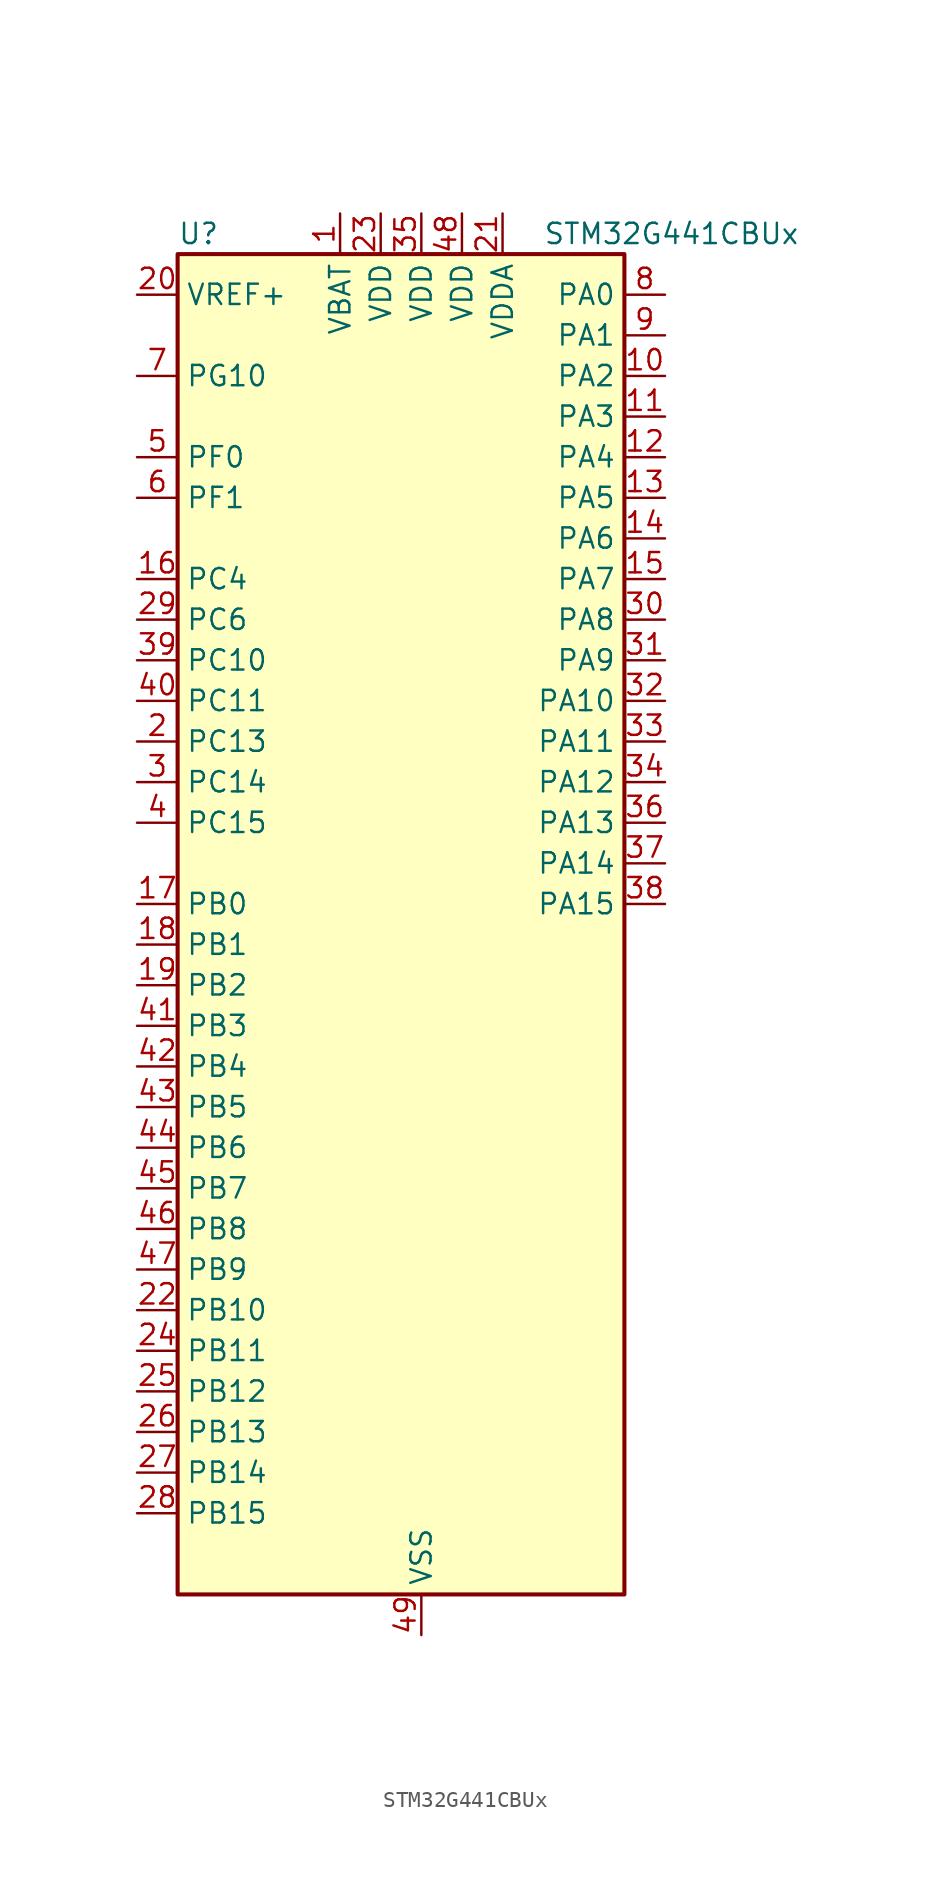
<source format=kicad_sym>
(kicad_symbol_lib
  (version 20220914)
  (generator kicad_symbol_editor)
  (symbol "STM32G441CBUx"
    (property "Reference" "U"
      (at -12.7 44.45 0)
      (effects (font (size 1.27 1.27)) (justify left)))
    (property "Value" "STM32G441CBUx"
      (at 10.16 44.45 0)
      (effects (font (size 1.27 1.27)) (justify left)))
    (property "ki_locked" ""
      (at 0 0 0)
      (effects (font (size 1.27 1.27))))
    (symbol "STM32G441CBUx_0_1"
      (rectangle (start -12.7 -40.64) (end 15.24 43.18) (stroke (width 0.254) (type default)) (fill (type background))))
    (symbol "STM32G441CBUx_1_1"
      (pin power_in line (at -2.54 45.72 270) (length 2.54) (name "VBAT" (effects (font (size 1.27 1.27)))) (number "1" (effects (font (size 1.27 1.27)))))
      (pin bidirectional line (at 17.78 35.56 180) (length 2.54) (name "PA2" (effects (font (size 1.27 1.27)))) (number "10" (effects (font (size 1.27 1.27)))) (alternate "ADC1_IN3" bidirectional line) (alternate "COMP2_INM" bidirectional line) (alternate "COMP2_OUT" bidirectional line) (alternate "LPUART1_TX" bidirectional line) (alternate "OPAMP1_VOUT" bidirectional line) (alternate "RCC_LSCO" bidirectional line) (alternate "SYS_WKUP4" bidirectional line) (alternate "TIM15_CH1" bidirectional line) (alternate "TIM2_CH3" bidirectional line) (alternate "UCPD1_FRSTX1" bidirectional line) (alternate "UCPD1_FRSTX2" bidirectional line) (alternate "USART2_TX" bidirectional line))
      (pin bidirectional line (at 17.78 33.02 180) (length 2.54) (name "PA3" (effects (font (size 1.27 1.27)))) (number "11" (effects (font (size 1.27 1.27)))) (alternate "ADC1_IN4" bidirectional line) (alternate "COMP2_INP" bidirectional line) (alternate "LPUART1_RX" bidirectional line) (alternate "OPAMP1_VINM" bidirectional line) (alternate "OPAMP1_VINM0" bidirectional line) (alternate "OPAMP1_VINM_SEC" bidirectional line) (alternate "OPAMP1_VINP" bidirectional line) (alternate "OPAMP1_VINP_SEC" bidirectional line) (alternate "SAI1_CK1" bidirectional line) (alternate "SAI1_MCLK_A" bidirectional line) (alternate "TIM15_CH2" bidirectional line) (alternate "TIM2_CH4" bidirectional line) (alternate "USART2_RX" bidirectional line))
      (pin bidirectional line (at 17.78 30.48 180) (length 2.54) (name "PA4" (effects (font (size 1.27 1.27)))) (number "12" (effects (font (size 1.27 1.27)))) (alternate "ADC2_IN17" bidirectional line) (alternate "COMP1_INM" bidirectional line) (alternate "DAC1_OUT1" bidirectional line) (alternate "I2S3_WS" bidirectional line) (alternate "SAI1_FS_B" bidirectional line) (alternate "SPI1_NSS" bidirectional line) (alternate "SPI3_NSS" bidirectional line) (alternate "TIM3_CH2" bidirectional line) (alternate "USART2_CK" bidirectional line))
      (pin bidirectional line (at 17.78 27.94 180) (length 2.54) (name "PA5" (effects (font (size 1.27 1.27)))) (number "13" (effects (font (size 1.27 1.27)))) (alternate "ADC2_IN13" bidirectional line) (alternate "COMP2_INM" bidirectional line) (alternate "DAC1_OUT2" bidirectional line) (alternate "OPAMP2_VINM" bidirectional line) (alternate "OPAMP2_VINM0" bidirectional line) (alternate "OPAMP2_VINM_SEC" bidirectional line) (alternate "SPI1_SCK" bidirectional line) (alternate "TIM2_CH1" bidirectional line) (alternate "TIM2_ETR" bidirectional line) (alternate "UCPD1_FRSTX1" bidirectional line) (alternate "UCPD1_FRSTX2" bidirectional line))
      (pin bidirectional line (at 17.78 25.4 180) (length 2.54) (name "PA6" (effects (font (size 1.27 1.27)))) (number "14" (effects (font (size 1.27 1.27)))) (alternate "ADC2_IN3" bidirectional line) (alternate "COMP1_OUT" bidirectional line) (alternate "LPUART1_CTS" bidirectional line) (alternate "OPAMP2_VOUT" bidirectional line) (alternate "SPI1_MISO" bidirectional line) (alternate "TIM16_CH1" bidirectional line) (alternate "TIM1_BKIN" bidirectional line) (alternate "TIM3_CH1" bidirectional line) (alternate "TIM8_BKIN" bidirectional line))
      (pin bidirectional line (at 17.78 22.86 180) (length 2.54) (name "PA7" (effects (font (size 1.27 1.27)))) (number "15" (effects (font (size 1.27 1.27)))) (alternate "ADC2_IN4" bidirectional line) (alternate "COMP2_INP" bidirectional line) (alternate "COMP2_OUT" bidirectional line) (alternate "OPAMP1_VINP" bidirectional line) (alternate "OPAMP1_VINP_SEC" bidirectional line) (alternate "OPAMP2_VINP" bidirectional line) (alternate "OPAMP2_VINP_SEC" bidirectional line) (alternate "SPI1_MOSI" bidirectional line) (alternate "TIM17_CH1" bidirectional line) (alternate "TIM1_CH1N" bidirectional line) (alternate "TIM3_CH2" bidirectional line) (alternate "TIM8_CH1N" bidirectional line) (alternate "UCPD1_FRSTX1" bidirectional line) (alternate "UCPD1_FRSTX2" bidirectional line))
      (pin bidirectional line (at -15.24 22.86 0) (length 2.54) (name "PC4" (effects (font (size 1.27 1.27)))) (number "16" (effects (font (size 1.27 1.27)))) (alternate "ADC2_IN5" bidirectional line) (alternate "I2C2_SCL" bidirectional line) (alternate "TIM1_ETR" bidirectional line) (alternate "USART1_TX" bidirectional line))
      (pin bidirectional line (at -15.24 2.54 0) (length 2.54) (name "PB0" (effects (font (size 1.27 1.27)))) (number "17" (effects (font (size 1.27 1.27)))) (alternate "ADC1_IN15" bidirectional line) (alternate "COMP4_INP" bidirectional line) (alternate "OPAMP2_VINP" bidirectional line) (alternate "OPAMP2_VINP_SEC" bidirectional line) (alternate "OPAMP3_VINP" bidirectional line) (alternate "OPAMP3_VINP_SEC" bidirectional line) (alternate "TIM1_CH2N" bidirectional line) (alternate "TIM3_CH3" bidirectional line) (alternate "TIM8_CH2N" bidirectional line) (alternate "UCPD1_FRSTX1" bidirectional line) (alternate "UCPD1_FRSTX2" bidirectional line))
      (pin bidirectional line (at -15.24 0 0) (length 2.54) (name "PB1" (effects (font (size 1.27 1.27)))) (number "18" (effects (font (size 1.27 1.27)))) (alternate "ADC1_IN12" bidirectional line) (alternate "COMP1_INP" bidirectional line) (alternate "COMP4_OUT" bidirectional line) (alternate "LPUART1_DE" bidirectional line) (alternate "LPUART1_RTS" bidirectional line) (alternate "OPAMP3_VOUT" bidirectional line) (alternate "TIM1_CH3N" bidirectional line) (alternate "TIM3_CH4" bidirectional line) (alternate "TIM8_CH3N" bidirectional line))
      (pin bidirectional line (at -15.24 -2.54 0) (length 2.54) (name "PB2" (effects (font (size 1.27 1.27)))) (number "19" (effects (font (size 1.27 1.27)))) (alternate "ADC2_IN12" bidirectional line) (alternate "COMP4_INM" bidirectional line) (alternate "I2C3_SMBA" bidirectional line) (alternate "LPTIM1_OUT" bidirectional line) (alternate "OPAMP3_VINM" bidirectional line) (alternate "OPAMP3_VINM0" bidirectional line) (alternate "OPAMP3_VINM_SEC" bidirectional line) (alternate "RTC_OUT2" bidirectional line))
      (pin bidirectional line (at -15.24 12.7 0) (length 2.54) (name "PC13" (effects (font (size 1.27 1.27)))) (number "2" (effects (font (size 1.27 1.27)))) (alternate "RTC_OUT1" bidirectional line) (alternate "RTC_TAMP1" bidirectional line) (alternate "RTC_TS" bidirectional line) (alternate "SYS_WKUP2" bidirectional line) (alternate "TIM1_BKIN" bidirectional line) (alternate "TIM1_CH1N" bidirectional line) (alternate "TIM8_CH4N" bidirectional line))
      (pin input line (at -15.24 40.64 0) (length 2.54) (name "VREF+" (effects (font (size 1.27 1.27)))) (number "20" (effects (font (size 1.27 1.27)))) (alternate "VREFBUF_OUT" bidirectional line))
      (pin power_in line (at 7.62 45.72 270) (length 2.54) (name "VDDA" (effects (font (size 1.27 1.27)))) (number "21" (effects (font (size 1.27 1.27)))))
      (pin bidirectional line (at -15.24 -22.86 0) (length 2.54) (name "PB10" (effects (font (size 1.27 1.27)))) (number "22" (effects (font (size 1.27 1.27)))) (alternate "DAC1_EXTI10" bidirectional line) (alternate "DAC3_EXTI10" bidirectional line) (alternate "LPUART1_RX" bidirectional line) (alternate "OPAMP3_VINM" bidirectional line) (alternate "OPAMP3_VINM1" bidirectional line) (alternate "OPAMP3_VINM_SEC" bidirectional line) (alternate "SAI1_SCK_A" bidirectional line) (alternate "TIM1_BKIN" bidirectional line) (alternate "TIM2_CH3" bidirectional line) (alternate "USART3_TX" bidirectional line))
      (pin power_in line (at 0 45.72 270) (length 2.54) (name "VDD" (effects (font (size 1.27 1.27)))) (number "23" (effects (font (size 1.27 1.27)))))
      (pin bidirectional line (at -15.24 -25.4 0) (length 2.54) (name "PB11" (effects (font (size 1.27 1.27)))) (number "24" (effects (font (size 1.27 1.27)))) (alternate "ADC1_EXTI11" bidirectional line) (alternate "ADC1_IN14" bidirectional line) (alternate "ADC2_EXTI11" bidirectional line) (alternate "ADC2_IN14" bidirectional line) (alternate "LPUART1_TX" bidirectional line) (alternate "TIM2_CH4" bidirectional line) (alternate "USART3_RX" bidirectional line))
      (pin bidirectional line (at -15.24 -27.94 0) (length 2.54) (name "PB12" (effects (font (size 1.27 1.27)))) (number "25" (effects (font (size 1.27 1.27)))) (alternate "ADC1_IN11" bidirectional line) (alternate "I2C2_SMBA" bidirectional line) (alternate "I2S2_WS" bidirectional line) (alternate "LPUART1_DE" bidirectional line) (alternate "LPUART1_RTS" bidirectional line) (alternate "SPI2_NSS" bidirectional line) (alternate "TIM1_BKIN" bidirectional line) (alternate "USART3_CK" bidirectional line))
      (pin bidirectional line (at -15.24 -30.48 0) (length 2.54) (name "PB13" (effects (font (size 1.27 1.27)))) (number "26" (effects (font (size 1.27 1.27)))) (alternate "I2S2_CK" bidirectional line) (alternate "LPUART1_CTS" bidirectional line) (alternate "OPAMP3_VINP" bidirectional line) (alternate "OPAMP3_VINP_SEC" bidirectional line) (alternate "SPI2_SCK" bidirectional line) (alternate "TIM1_CH1N" bidirectional line) (alternate "USART3_CTS" bidirectional line) (alternate "USART3_NSS" bidirectional line))
      (pin bidirectional line (at -15.24 -33.02 0) (length 2.54) (name "PB14" (effects (font (size 1.27 1.27)))) (number "27" (effects (font (size 1.27 1.27)))) (alternate "ADC1_IN5" bidirectional line) (alternate "COMP4_OUT" bidirectional line) (alternate "OPAMP2_VINP" bidirectional line) (alternate "OPAMP2_VINP_SEC" bidirectional line) (alternate "SPI2_MISO" bidirectional line) (alternate "TIM15_CH1" bidirectional line) (alternate "TIM1_CH2N" bidirectional line) (alternate "USART3_DE" bidirectional line) (alternate "USART3_RTS" bidirectional line))
      (pin bidirectional line (at -15.24 -35.56 0) (length 2.54) (name "PB15" (effects (font (size 1.27 1.27)))) (number "28" (effects (font (size 1.27 1.27)))) (alternate "ADC1_EXTI15" bidirectional line) (alternate "ADC2_EXTI15" bidirectional line) (alternate "ADC2_IN15" bidirectional line) (alternate "COMP3_OUT" bidirectional line) (alternate "I2S2_SD" bidirectional line) (alternate "RTC_REFIN" bidirectional line) (alternate "SPI2_MOSI" bidirectional line) (alternate "TIM15_CH1N" bidirectional line) (alternate "TIM15_CH2" bidirectional line) (alternate "TIM1_CH3N" bidirectional line))
      (pin bidirectional line (at -15.24 20.32 0) (length 2.54) (name "PC6" (effects (font (size 1.27 1.27)))) (number "29" (effects (font (size 1.27 1.27)))) (alternate "I2S2_MCK" bidirectional line) (alternate "TIM3_CH1" bidirectional line) (alternate "TIM8_CH1" bidirectional line))
      (pin bidirectional line (at -15.24 10.16 0) (length 2.54) (name "PC14" (effects (font (size 1.27 1.27)))) (number "3" (effects (font (size 1.27 1.27)))) (alternate "RCC_OSC32_IN" bidirectional line))
      (pin bidirectional line (at 17.78 20.32 180) (length 2.54) (name "PA8" (effects (font (size 1.27 1.27)))) (number "30" (effects (font (size 1.27 1.27)))) (alternate "I2C2_SDA" bidirectional line) (alternate "I2C3_SCL" bidirectional line) (alternate "I2S2_MCK" bidirectional line) (alternate "RCC_MCO" bidirectional line) (alternate "SAI1_CK2" bidirectional line) (alternate "SAI1_SCK_A" bidirectional line) (alternate "TIM1_CH1" bidirectional line) (alternate "TIM4_ETR" bidirectional line) (alternate "USART1_CK" bidirectional line))
      (pin bidirectional line (at 17.78 17.78 180) (length 2.54) (name "PA9" (effects (font (size 1.27 1.27)))) (number "31" (effects (font (size 1.27 1.27)))) (alternate "DAC1_EXTI9" bidirectional line) (alternate "DAC3_EXTI9" bidirectional line) (alternate "I2C2_SCL" bidirectional line) (alternate "I2C3_SMBA" bidirectional line) (alternate "I2S3_MCK" bidirectional line) (alternate "SAI1_FS_A" bidirectional line) (alternate "TIM15_BKIN" bidirectional line) (alternate "TIM1_CH2" bidirectional line) (alternate "TIM2_CH3" bidirectional line) (alternate "UCPD1_DBCC1" bidirectional line) (alternate "USART1_TX" bidirectional line))
      (pin bidirectional line (at 17.78 15.24 180) (length 2.54) (name "PA10" (effects (font (size 1.27 1.27)))) (number "32" (effects (font (size 1.27 1.27)))) (alternate "CRS_SYNC" bidirectional line) (alternate "DAC1_EXTI10" bidirectional line) (alternate "DAC3_EXTI10" bidirectional line) (alternate "I2C2_SMBA" bidirectional line) (alternate "SAI1_D1" bidirectional line) (alternate "SAI1_SD_A" bidirectional line) (alternate "SPI2_MISO" bidirectional line) (alternate "TIM17_BKIN" bidirectional line) (alternate "TIM1_CH3" bidirectional line) (alternate "TIM2_CH4" bidirectional line) (alternate "TIM8_BKIN" bidirectional line) (alternate "UCPD1_DBCC2" bidirectional line) (alternate "USART1_RX" bidirectional line))
      (pin bidirectional line (at 17.78 12.7 180) (length 2.54) (name "PA11" (effects (font (size 1.27 1.27)))) (number "33" (effects (font (size 1.27 1.27)))) (alternate "ADC1_EXTI11" bidirectional line) (alternate "ADC2_EXTI11" bidirectional line) (alternate "COMP1_OUT" bidirectional line) (alternate "FDCAN1_RX" bidirectional line) (alternate "I2S2_SD" bidirectional line) (alternate "SPI2_MOSI" bidirectional line) (alternate "TIM1_BKIN2" bidirectional line) (alternate "TIM1_CH1N" bidirectional line) (alternate "TIM1_CH4" bidirectional line) (alternate "TIM4_CH1" bidirectional line) (alternate "USART1_CTS" bidirectional line) (alternate "USART1_NSS" bidirectional line) (alternate "USB_DM" bidirectional line))
      (pin bidirectional line (at 17.78 10.16 180) (length 2.54) (name "PA12" (effects (font (size 1.27 1.27)))) (number "34" (effects (font (size 1.27 1.27)))) (alternate "COMP2_OUT" bidirectional line) (alternate "FDCAN1_TX" bidirectional line) (alternate "I2S_CKIN" bidirectional line) (alternate "TIM16_CH1" bidirectional line) (alternate "TIM1_CH2N" bidirectional line) (alternate "TIM1_ETR" bidirectional line) (alternate "TIM4_CH2" bidirectional line) (alternate "USART1_DE" bidirectional line) (alternate "USART1_RTS" bidirectional line) (alternate "USB_DP" bidirectional line))
      (pin power_in line (at 2.54 45.72 270) (length 2.54) (name "VDD" (effects (font (size 1.27 1.27)))) (number "35" (effects (font (size 1.27 1.27)))))
      (pin bidirectional line (at 17.78 7.62 180) (length 2.54) (name "PA13" (effects (font (size 1.27 1.27)))) (number "36" (effects (font (size 1.27 1.27)))) (alternate "I2C1_SCL" bidirectional line) (alternate "IR_OUT" bidirectional line) (alternate "SAI1_SD_B" bidirectional line) (alternate "SYS_JTMS-SWDIO" bidirectional line) (alternate "TIM16_CH1N" bidirectional line) (alternate "TIM4_CH3" bidirectional line) (alternate "USART3_CTS" bidirectional line) (alternate "USART3_NSS" bidirectional line))
      (pin bidirectional line (at 17.78 5.08 180) (length 2.54) (name "PA14" (effects (font (size 1.27 1.27)))) (number "37" (effects (font (size 1.27 1.27)))) (alternate "I2C1_SDA" bidirectional line) (alternate "LPTIM1_OUT" bidirectional line) (alternate "SAI1_FS_B" bidirectional line) (alternate "SYS_JTCK-SWCLK" bidirectional line) (alternate "TIM1_BKIN" bidirectional line) (alternate "TIM8_CH2" bidirectional line) (alternate "USART2_TX" bidirectional line))
      (pin bidirectional line (at 17.78 2.54 180) (length 2.54) (name "PA15" (effects (font (size 1.27 1.27)))) (number "38" (effects (font (size 1.27 1.27)))) (alternate "ADC1_EXTI15" bidirectional line) (alternate "ADC2_EXTI15" bidirectional line) (alternate "I2C1_SCL" bidirectional line) (alternate "I2S3_WS" bidirectional line) (alternate "SPI1_NSS" bidirectional line) (alternate "SPI3_NSS" bidirectional line) (alternate "SYS_JTDI" bidirectional line) (alternate "TIM1_BKIN" bidirectional line) (alternate "TIM2_CH1" bidirectional line) (alternate "TIM2_ETR" bidirectional line) (alternate "TIM8_CH1" bidirectional line) (alternate "USART2_RX" bidirectional line))
      (pin bidirectional line (at -15.24 17.78 0) (length 2.54) (name "PC10" (effects (font (size 1.27 1.27)))) (number "39" (effects (font (size 1.27 1.27)))) (alternate "DAC1_EXTI10" bidirectional line) (alternate "DAC3_EXTI10" bidirectional line) (alternate "I2S3_CK" bidirectional line) (alternate "SPI3_SCK" bidirectional line) (alternate "TIM8_CH1N" bidirectional line) (alternate "USART3_TX" bidirectional line))
      (pin bidirectional line (at -15.24 7.62 0) (length 2.54) (name "PC15" (effects (font (size 1.27 1.27)))) (number "4" (effects (font (size 1.27 1.27)))) (alternate "ADC1_EXTI15" bidirectional line) (alternate "ADC2_EXTI15" bidirectional line) (alternate "RCC_OSC32_OUT" bidirectional line))
      (pin bidirectional line (at -15.24 15.24 0) (length 2.54) (name "PC11" (effects (font (size 1.27 1.27)))) (number "40" (effects (font (size 1.27 1.27)))) (alternate "ADC1_EXTI11" bidirectional line) (alternate "ADC2_EXTI11" bidirectional line) (alternate "I2C3_SDA" bidirectional line) (alternate "SPI3_MISO" bidirectional line) (alternate "TIM8_CH2N" bidirectional line) (alternate "USART3_RX" bidirectional line))
      (pin bidirectional line (at -15.24 -5.08 0) (length 2.54) (name "PB3" (effects (font (size 1.27 1.27)))) (number "41" (effects (font (size 1.27 1.27)))) (alternate "CRS_SYNC" bidirectional line) (alternate "I2S3_CK" bidirectional line) (alternate "SAI1_SCK_B" bidirectional line) (alternate "SPI1_SCK" bidirectional line) (alternate "SPI3_SCK" bidirectional line) (alternate "SYS_JTDO-SWO" bidirectional line) (alternate "TIM2_CH2" bidirectional line) (alternate "TIM3_ETR" bidirectional line) (alternate "TIM4_ETR" bidirectional line) (alternate "TIM8_CH1N" bidirectional line) (alternate "USART2_TX" bidirectional line))
      (pin bidirectional line (at -15.24 -7.62 0) (length 2.54) (name "PB4" (effects (font (size 1.27 1.27)))) (number "42" (effects (font (size 1.27 1.27)))) (alternate "SAI1_MCLK_B" bidirectional line) (alternate "SPI1_MISO" bidirectional line) (alternate "SPI3_MISO" bidirectional line) (alternate "SYS_JTRST" bidirectional line) (alternate "TIM16_CH1" bidirectional line) (alternate "TIM17_BKIN" bidirectional line) (alternate "TIM3_CH1" bidirectional line) (alternate "TIM8_CH2N" bidirectional line) (alternate "UCPD1_CC2" bidirectional line) (alternate "USART2_RX" bidirectional line))
      (pin bidirectional line (at -15.24 -10.16 0) (length 2.54) (name "PB5" (effects (font (size 1.27 1.27)))) (number "43" (effects (font (size 1.27 1.27)))) (alternate "I2C1_SMBA" bidirectional line) (alternate "I2C3_SDA" bidirectional line) (alternate "I2S3_SD" bidirectional line) (alternate "LPTIM1_IN1" bidirectional line) (alternate "SAI1_SD_B" bidirectional line) (alternate "SPI1_MOSI" bidirectional line) (alternate "SPI3_MOSI" bidirectional line) (alternate "TIM16_BKIN" bidirectional line) (alternate "TIM17_CH1" bidirectional line) (alternate "TIM3_CH2" bidirectional line) (alternate "TIM8_CH3N" bidirectional line) (alternate "USART2_CK" bidirectional line))
      (pin bidirectional line (at -15.24 -12.7 0) (length 2.54) (name "PB6" (effects (font (size 1.27 1.27)))) (number "44" (effects (font (size 1.27 1.27)))) (alternate "COMP4_OUT" bidirectional line) (alternate "LPTIM1_ETR" bidirectional line) (alternate "SAI1_FS_B" bidirectional line) (alternate "TIM16_CH1N" bidirectional line) (alternate "TIM4_CH1" bidirectional line) (alternate "TIM8_BKIN2" bidirectional line) (alternate "TIM8_CH1" bidirectional line) (alternate "TIM8_ETR" bidirectional line) (alternate "UCPD1_CC1" bidirectional line) (alternate "USART1_TX" bidirectional line))
      (pin bidirectional line (at -15.24 -15.24 0) (length 2.54) (name "PB7" (effects (font (size 1.27 1.27)))) (number "45" (effects (font (size 1.27 1.27)))) (alternate "COMP3_OUT" bidirectional line) (alternate "I2C1_SDA" bidirectional line) (alternate "LPTIM1_IN2" bidirectional line) (alternate "SYS_PVD_IN" bidirectional line) (alternate "TIM17_CH1N" bidirectional line) (alternate "TIM3_CH4" bidirectional line) (alternate "TIM4_CH2" bidirectional line) (alternate "TIM8_BKIN" bidirectional line) (alternate "USART1_RX" bidirectional line))
      (pin bidirectional line (at -15.24 -17.78 0) (length 2.54) (name "PB8" (effects (font (size 1.27 1.27)))) (number "46" (effects (font (size 1.27 1.27)))) (alternate "COMP1_OUT" bidirectional line) (alternate "FDCAN1_RX" bidirectional line) (alternate "I2C1_SCL" bidirectional line) (alternate "SAI1_CK1" bidirectional line) (alternate "SAI1_MCLK_A" bidirectional line) (alternate "TIM16_CH1" bidirectional line) (alternate "TIM1_BKIN" bidirectional line) (alternate "TIM4_CH3" bidirectional line) (alternate "TIM8_CH2" bidirectional line) (alternate "USART3_RX" bidirectional line))
      (pin bidirectional line (at -15.24 -20.32 0) (length 2.54) (name "PB9" (effects (font (size 1.27 1.27)))) (number "47" (effects (font (size 1.27 1.27)))) (alternate "COMP2_OUT" bidirectional line) (alternate "DAC1_EXTI9" bidirectional line) (alternate "DAC3_EXTI9" bidirectional line) (alternate "FDCAN1_TX" bidirectional line) (alternate "I2C1_SDA" bidirectional line) (alternate "IR_OUT" bidirectional line) (alternate "SAI1_D2" bidirectional line) (alternate "SAI1_FS_A" bidirectional line) (alternate "TIM17_CH1" bidirectional line) (alternate "TIM1_CH3N" bidirectional line) (alternate "TIM4_CH4" bidirectional line) (alternate "TIM8_CH3" bidirectional line) (alternate "USART3_TX" bidirectional line))
      (pin power_in line (at 5.08 45.72 270) (length 2.54) (name "VDD" (effects (font (size 1.27 1.27)))) (number "48" (effects (font (size 1.27 1.27)))))
      (pin power_in line (at 2.54 -43.18 90) (length 2.54) (name "VSS" (effects (font (size 1.27 1.27)))) (number "49" (effects (font (size 1.27 1.27)))))
      (pin bidirectional line (at -15.24 30.48 0) (length 2.54) (name "PF0" (effects (font (size 1.27 1.27)))) (number "5" (effects (font (size 1.27 1.27)))) (alternate "ADC1_IN10" bidirectional line) (alternate "I2C2_SDA" bidirectional line) (alternate "I2S2_WS" bidirectional line) (alternate "RCC_OSC_IN" bidirectional line) (alternate "SPI2_NSS" bidirectional line) (alternate "TIM1_CH3N" bidirectional line))
      (pin bidirectional line (at -15.24 27.94 0) (length 2.54) (name "PF1" (effects (font (size 1.27 1.27)))) (number "6" (effects (font (size 1.27 1.27)))) (alternate "ADC2_IN10" bidirectional line) (alternate "COMP3_INM" bidirectional line) (alternate "I2S2_CK" bidirectional line) (alternate "RCC_OSC_OUT" bidirectional line) (alternate "SPI2_SCK" bidirectional line))
      (pin bidirectional line (at -15.24 35.56 0) (length 2.54) (name "PG10" (effects (font (size 1.27 1.27)))) (number "7" (effects (font (size 1.27 1.27)))) (alternate "DAC1_EXTI10" bidirectional line) (alternate "DAC3_EXTI10" bidirectional line) (alternate "RCC_MCO" bidirectional line))
      (pin bidirectional line (at 17.78 40.64 180) (length 2.54) (name "PA0" (effects (font (size 1.27 1.27)))) (number "8" (effects (font (size 1.27 1.27)))) (alternate "ADC1_IN1" bidirectional line) (alternate "ADC2_IN1" bidirectional line) (alternate "COMP1_INM" bidirectional line) (alternate "COMP1_OUT" bidirectional line) (alternate "COMP3_INP" bidirectional line) (alternate "RTC_TAMP2" bidirectional line) (alternate "SYS_WKUP1" bidirectional line) (alternate "TIM2_CH1" bidirectional line) (alternate "TIM2_ETR" bidirectional line) (alternate "TIM8_BKIN" bidirectional line) (alternate "TIM8_ETR" bidirectional line) (alternate "USART2_CTS" bidirectional line) (alternate "USART2_NSS" bidirectional line))
      (pin bidirectional line (at 17.78 38.1 180) (length 2.54) (name "PA1" (effects (font (size 1.27 1.27)))) (number "9" (effects (font (size 1.27 1.27)))) (alternate "ADC1_IN2" bidirectional line) (alternate "ADC2_IN2" bidirectional line) (alternate "COMP1_INP" bidirectional line) (alternate "OPAMP1_VINP" bidirectional line) (alternate "OPAMP1_VINP_SEC" bidirectional line) (alternate "OPAMP3_VINP" bidirectional line) (alternate "OPAMP3_VINP_SEC" bidirectional line) (alternate "RTC_REFIN" bidirectional line) (alternate "TIM15_CH1N" bidirectional line) (alternate "TIM2_CH2" bidirectional line) (alternate "USART2_DE" bidirectional line) (alternate "USART2_RTS" bidirectional line)))))
</source>
